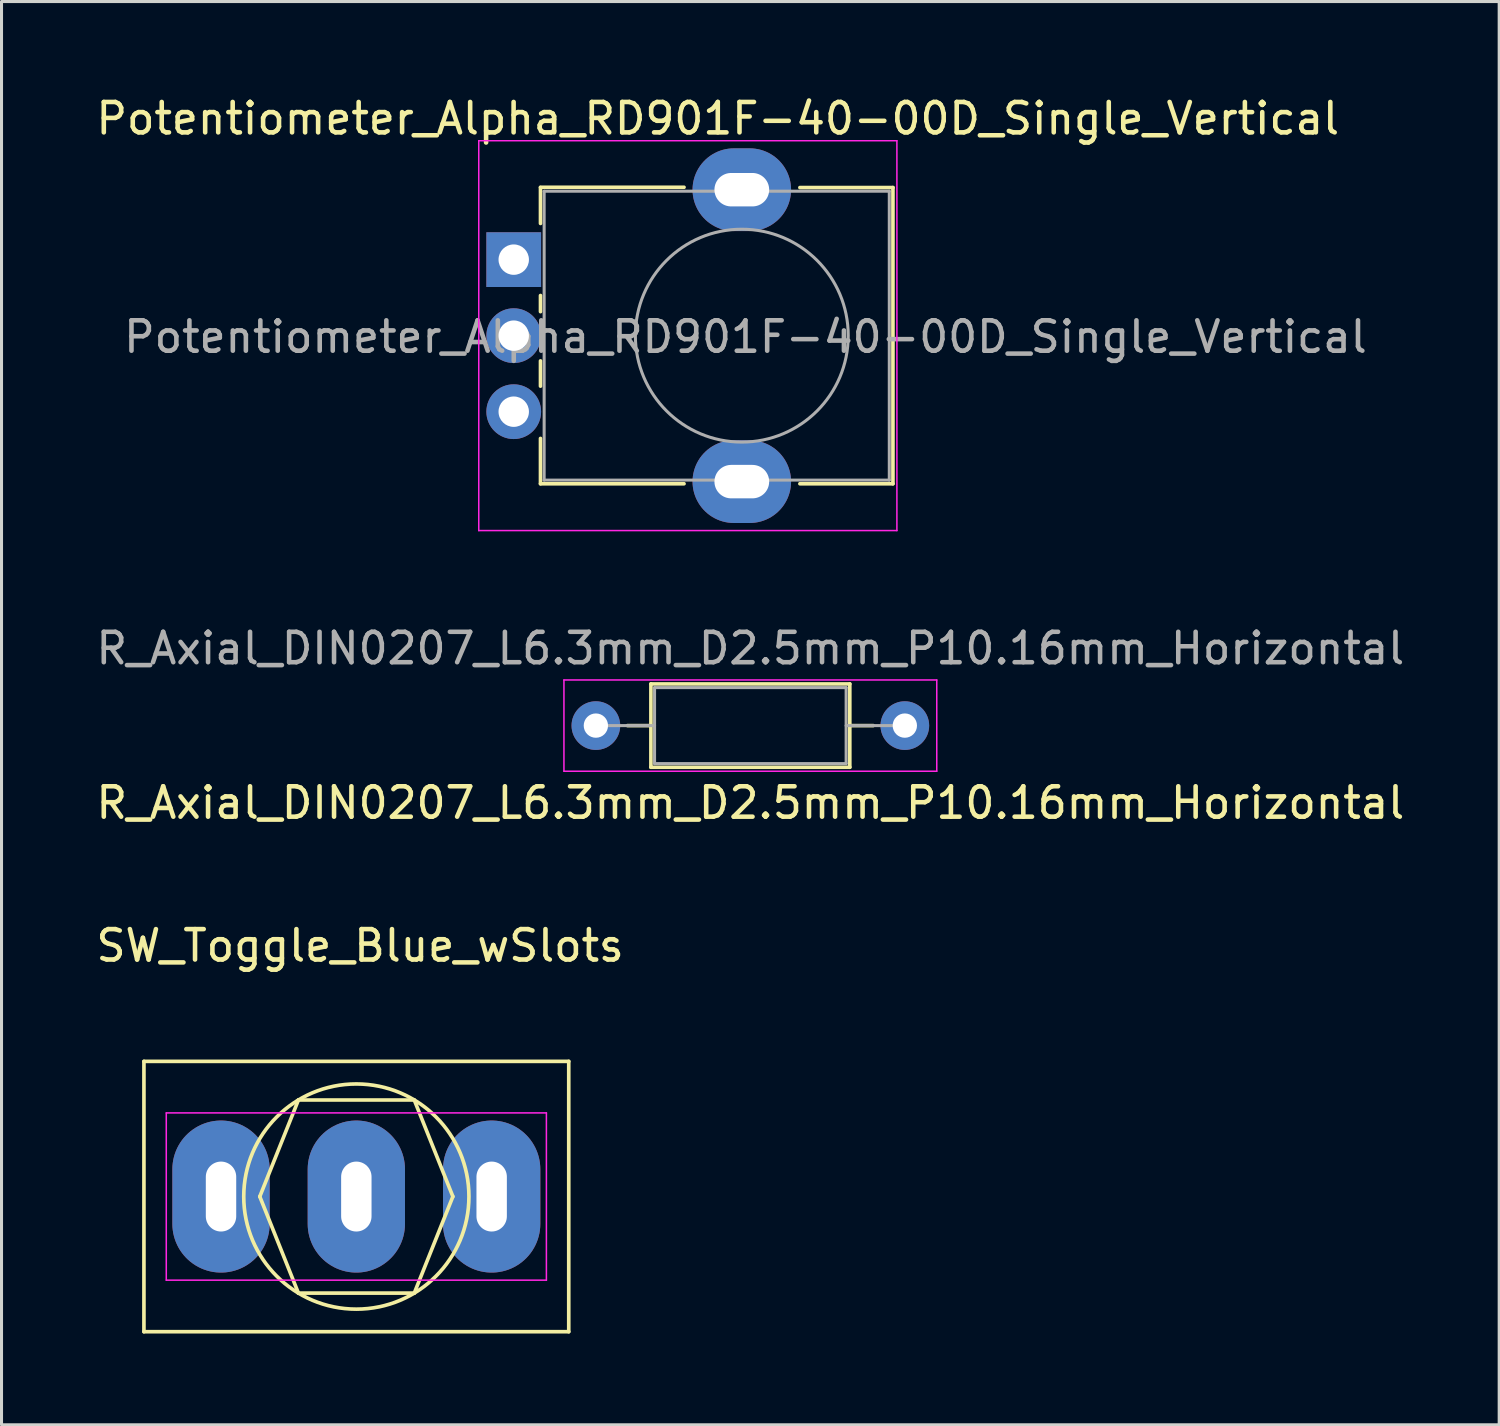
<source format=kicad_pcb>
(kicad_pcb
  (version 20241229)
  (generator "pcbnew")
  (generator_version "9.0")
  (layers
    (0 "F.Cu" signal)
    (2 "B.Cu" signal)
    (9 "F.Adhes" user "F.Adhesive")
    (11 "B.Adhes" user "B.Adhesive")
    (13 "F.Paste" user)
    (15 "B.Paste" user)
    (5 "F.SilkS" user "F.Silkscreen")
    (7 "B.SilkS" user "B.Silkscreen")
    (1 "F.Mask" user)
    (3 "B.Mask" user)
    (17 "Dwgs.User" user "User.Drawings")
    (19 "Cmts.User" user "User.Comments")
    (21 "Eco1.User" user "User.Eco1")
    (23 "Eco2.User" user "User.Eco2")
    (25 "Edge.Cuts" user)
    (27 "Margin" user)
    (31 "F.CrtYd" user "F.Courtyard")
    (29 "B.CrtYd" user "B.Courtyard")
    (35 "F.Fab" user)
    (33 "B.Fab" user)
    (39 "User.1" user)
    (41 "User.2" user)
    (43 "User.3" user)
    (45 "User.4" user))
  (footprint "SW_Toggle_Blue_wSlots"
    (layer "F.Cu")
    (at 8.668 36.298)
    (property "Reference" "SW_Toggle_Blue_wSlots" (at 0.124 -8.25 0) (layer "F.SilkS") (effects (font (size 1 1) (thickness 0.15))))
    (attr through_hole)
    (fp_line (start -6.985 -4.445) (end 6.985 -4.445) (stroke (width 0.12) (type solid)) (layer "F.SilkS"))
    (fp_line (start -6.985 4.445) (end -6.985 -4.445) (stroke (width 0.12) (type solid)) (layer "F.SilkS"))
    (fp_line (start -3.175 0) (end -1.905 -3.175) (stroke (width 0.12) (type solid)) (layer "F.SilkS"))
    (fp_line (start -1.905 -3.175) (end 1.905 -3.175) (stroke (width 0.12) (type solid)) (layer "F.SilkS"))
    (fp_line (start -1.905 3.175) (end -3.175 0) (stroke (width 0.12) (type solid)) (layer "F.SilkS"))
    (fp_line (start 1.905 -3.175) (end 3.175 0) (stroke (width 0.12) (type solid)) (layer "F.SilkS"))
    (fp_line (start 1.905 3.175) (end -1.905 3.175) (stroke (width 0.12) (type solid)) (layer "F.SilkS"))
    (fp_line (start 3.175 0) (end 1.905 3.175) (stroke (width 0.12) (type solid)) (layer "F.SilkS"))
    (fp_line (start 6.985 -4.445) (end 6.985 4.445) (stroke (width 0.12) (type solid)) (layer "F.SilkS"))
    (fp_line (start 6.985 4.445) (end -6.985 4.445) (stroke (width 0.12) (type solid)) (layer "F.SilkS"))
    (fp_circle (center 0 0) (end 1.905 3.175) (stroke (width 0.12) (type solid)) (fill no) (layer "F.SilkS"))
    (fp_line (start -4.902 -1.422) (end -4.013 -1.422) (stroke (width 0.12) (type solid)) (layer "Eco2.User"))
    (fp_line (start -4.902 1.372) (end -4.902 -1.422) (stroke (width 0.12) (type solid)) (layer "Eco2.User"))
    (fp_line (start -4.013 -1.422) (end -4.013 1.372) (stroke (width 0.12) (type solid)) (layer "Eco2.User"))
    (fp_line (start -4.013 1.372) (end -4.902 1.372) (stroke (width 0.12) (type solid)) (layer "Eco2.User"))
    (fp_line (start -0.457 -1.422) (end 0.432 -1.422) (stroke (width 0.12) (type solid)) (layer "Eco2.User"))
    (fp_line (start -0.457 1.372) (end -0.457 -1.422) (stroke (width 0.12) (type solid)) (layer "Eco2.User"))
    (fp_line (start 0.432 -1.422) (end 0.432 1.372) (stroke (width 0.12) (type solid)) (layer "Eco2.User"))
    (fp_line (start 0.432 1.372) (end -0.457 1.372) (stroke (width 0.12) (type solid)) (layer "Eco2.User"))
    (fp_line (start 4.013 -1.422) (end 4.877 -1.422) (stroke (width 0.12) (type solid)) (layer "Eco2.User"))
    (fp_line (start 4.013 1.372) (end 4.013 -1.422) (stroke (width 0.12) (type solid)) (layer "Eco2.User"))
    (fp_line (start 4.877 -1.422) (end 4.902 1.372) (stroke (width 0.12) (type solid)) (layer "Eco2.User"))
    (fp_line (start 4.902 1.372) (end 4.013 1.372) (stroke (width 0.12) (type solid)) (layer "Eco2.User"))
    (fp_line (start -6.25 -2.75) (end 6.25 -2.75) (stroke (width 0.05) (type solid)) (layer "F.CrtYd"))
    (fp_line (start -6.25 2.75) (end -6.25 -2.75) (stroke (width 0.05) (type solid)) (layer "F.CrtYd"))
    (fp_line (start 6.25 -2.75) (end 6.25 2.75) (stroke (width 0.05) (type solid)) (layer "F.CrtYd"))
    (fp_line (start 6.25 2.75) (end -6.25 2.75) (stroke (width 0.05) (type solid)) (layer "F.CrtYd"))
    (pad "1" thru_hole oval (at -4.45 0) (size 3.2 5) (drill oval 1 2.3) (layers "*.Cu"))
    (pad "2" thru_hole oval (at 0 0) (size 3.2 5) (drill oval 1 2.3) (layers "*.Cu"))
    (pad "3" thru_hole oval (at 4.45 0) (size 3.2 5) (drill oval 1 2.3) (layers "*.Cu")))
  (footprint "R_Axial_DIN0207_L6.3mm_D2.5mm_P10.16mm_Horizontal"
    (layer "F.Cu")
    (at 16.545 20.811)
    (property "Reference" "R_Axial_DIN0207_L6.3mm_D2.5mm_P10.16mm_Horizontal" (at 5.08 -2.54 0) (layer "F.Fab") (effects (font (size 1 1) (thickness 0.15))))
    (attr through_hole)
    (fp_line (start 1.04 0) (end 1.81 0) (stroke (width 0.12) (type solid)) (layer "F.SilkS"))
    (fp_line (start 1.81 -1.37) (end 1.81 1.37) (stroke (width 0.12) (type solid)) (layer "F.SilkS"))
    (fp_line (start 1.81 1.37) (end 8.35 1.37) (stroke (width 0.12) (type solid)) (layer "F.SilkS"))
    (fp_line (start 8.35 -1.37) (end 1.81 -1.37) (stroke (width 0.12) (type solid)) (layer "F.SilkS"))
    (fp_line (start 8.35 1.37) (end 8.35 -1.37) (stroke (width 0.12) (type solid)) (layer "F.SilkS"))
    (fp_line (start 9.12 0) (end 8.35 0) (stroke (width 0.12) (type solid)) (layer "F.SilkS"))
    (fp_line (start -1.05 -1.5) (end -1.05 1.5) (stroke (width 0.05) (type solid)) (layer "F.CrtYd"))
    (fp_line (start -1.05 1.5) (end 11.21 1.5) (stroke (width 0.05) (type solid)) (layer "F.CrtYd"))
    (fp_line (start 11.21 -1.5) (end -1.05 -1.5) (stroke (width 0.05) (type solid)) (layer "F.CrtYd"))
    (fp_line (start 11.21 1.5) (end 11.21 -1.5) (stroke (width 0.05) (type solid)) (layer "F.CrtYd"))
    (fp_line (start 0 0) (end 1.93 0) (stroke (width 0.1) (type solid)) (layer "F.Fab"))
    (fp_line (start 1.93 -1.25) (end 1.93 1.25) (stroke (width 0.1) (type solid)) (layer "F.Fab"))
    (fp_line (start 1.93 1.25) (end 8.23 1.25) (stroke (width 0.1) (type solid)) (layer "F.Fab"))
    (fp_line (start 8.23 -1.25) (end 1.93 -1.25) (stroke (width 0.1) (type solid)) (layer "F.Fab"))
    (fp_line (start 8.23 1.25) (end 8.23 -1.25) (stroke (width 0.1) (type solid)) (layer "F.Fab"))
    (fp_line (start 10.16 0) (end 8.23 0) (stroke (width 0.1) (type solid)) (layer "F.Fab"))
    (fp_text user "${REFERENCE}" (at 5.08 2.54 0) (layer "F.SilkS") (effects (font (size 1 1) (thickness 0.15))))
    (pad "1" thru_hole circle (at 0 0) (size 1.6 1.6) (drill 0.8) (layers "*.Cu" "*.Mask"))
    (pad "2" thru_hole oval (at 10.16 0) (size 1.6 1.6) (drill 0.8) (layers "*.Cu" "*.Mask")))
  (footprint "Potentiometer_Alpha_RD901F-40-00D_Single_Vertical"
    (layer "F.Cu")
    (at 13.844 5.488)
    (property "Reference" "Potentiometer_Alpha_RD901F-40-00D_Single_Vertical" (at 6.71 -4.64 180) (layer "F.SilkS") (effects (font (size 1 1) (thickness 0.15))))
    (attr through_hole)
    (fp_line (start 0.88 -2.38) (end 5.6 -2.38) (stroke (width 0.12) (type solid)) (layer "F.SilkS"))
    (fp_line (start 0.88 -1.19) (end 0.88 -2.37) (stroke (width 0.12) (type solid)) (layer "F.SilkS"))
    (fp_line (start 0.88 1.71) (end 0.88 1.18) (stroke (width 0.12) (type solid)) (layer "F.SilkS"))
    (fp_line (start 0.88 4.16) (end 0.88 3.33) (stroke (width 0.12) (type solid)) (layer "F.SilkS"))
    (fp_line (start 0.88 7.37) (end 0.88 5.88) (stroke (width 0.12) (type solid)) (layer "F.SilkS"))
    (fp_line (start 0.88 7.37) (end 5.6 7.37) (stroke (width 0.12) (type solid)) (layer "F.SilkS"))
    (fp_line (start 9.41 -2.37) (end 12.47 -2.37) (stroke (width 0.12) (type solid)) (layer "F.SilkS"))
    (fp_line (start 9.41 7.37) (end 12.47 7.37) (stroke (width 0.12) (type solid)) (layer "F.SilkS"))
    (fp_line (start 12.47 7.37) (end 12.47 -2.37) (stroke (width 0.12) (type solid)) (layer "F.SilkS"))
    (fp_line (start -1.15 -3.91) (end -1.15 8.91) (stroke (width 0.05) (type solid)) (layer "F.CrtYd"))
    (fp_line (start -1.15 8.91) (end 12.6 8.91) (stroke (width 0.05) (type solid)) (layer "F.CrtYd"))
    (fp_line (start 12.6 -3.91) (end -1.15 -3.91) (stroke (width 0.05) (type solid)) (layer "F.CrtYd"))
    (fp_line (start 12.6 8.91) (end 12.6 -3.91) (stroke (width 0.05) (type solid)) (layer "F.CrtYd"))
    (fp_line (start 1 -2.25) (end 12.35 -2.25) (stroke (width 0.1) (type solid)) (layer "F.Fab"))
    (fp_line (start 1 7.25) (end 1 -2.25) (stroke (width 0.1) (type solid)) (layer "F.Fab"))
    (fp_line (start 1 7.25) (end 12.35 7.25) (stroke (width 0.1) (type solid)) (layer "F.Fab"))
    (fp_line (start 12.35 7.25) (end 12.35 -2.25) (stroke (width 0.1) (type solid)) (layer "F.Fab"))
    (fp_circle (center 7.5 2.5) (end 7.5 -1) (stroke (width 0.1) (type solid)) (fill no) (layer "F.Fab"))
    (fp_text user "${REFERENCE}" (at 7.62 2.54 0) (layer "F.Fab") (effects (font (size 1 1) (thickness 0.15))))
    (pad "" thru_hole oval (at 7.5 -2.3 90) (size 2.72 3.24) (drill oval 1.1 1.8) (layers "*.Cu" "*.Mask"))
    (pad "" thru_hole oval (at 7.5 7.3 90) (size 2.72 3.24) (drill oval 1.1 1.8) (layers "*.Cu" "*.Mask"))
    (pad "1" thru_hole rect (at 0 0 90) (size 1.8 1.8) (drill 1) (layers "*.Cu" "*.Mask"))
    (pad "2" thru_hole circle (at 0 2.5 90) (size 1.8 1.8) (drill 1) (layers "*.Cu" "*.Mask"))
    (pad "3" thru_hole circle (at 0 5 90) (size 1.8 1.8) (drill 1) (layers "*.Cu" "*.Mask")))
  (gr_rect
    (start -3 -3)
    (end 46.25 43.803)
    (stroke (width 0.1) (type default))
    (fill no)
    (layer "Edge.Cuts")))
</source>
